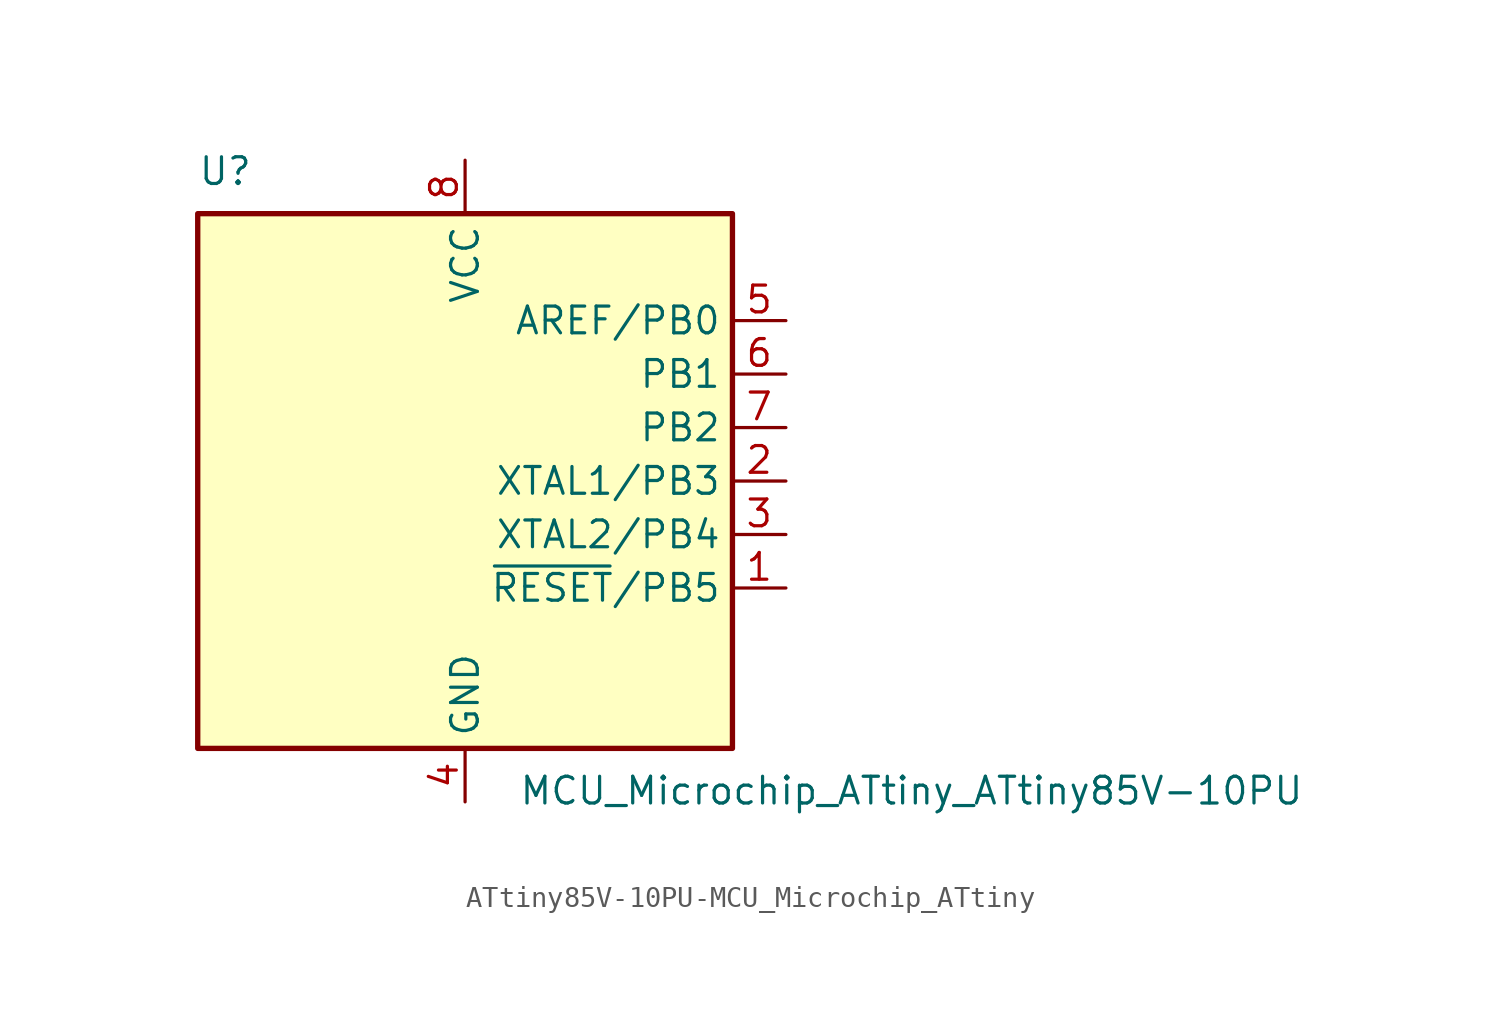
<source format=kicad_sym>
(kicad_symbol_lib
  (version 20220914)
  (generator kicad_symbol_editor)
  (symbol "ATtiny85V-10PU-MCU_Microchip_ATtiny"
    (property "Reference" "U"
      (at -12.7 13.97 0)
      (effects (font (size 1.27 1.27)) (justify left bottom)))
    (property "Value" "MCU_Microchip_ATtiny_ATtiny85V-10PU"
      (at 2.54 -13.97 0)
      (effects (font (size 1.27 1.27)) (justify left top)))
    (symbol "ATtiny85V-10PU-MCU_Microchip_ATtiny_0_1"
      (rectangle (start -12.7 -12.7) (end 12.7 12.7) (stroke (width 0.254) (type solid)) (fill (type background))))
    (symbol "ATtiny85V-10PU-MCU_Microchip_ATtiny_1_1"
      (pin bidirectional line (at 15.24 -5.08 180) (length 2.54) (name "~{RESET}/PB5" (effects (font (size 1.27 1.27)))) (number "1" (effects (font (size 1.27 1.27)))))
      (pin bidirectional line (at 15.24 0 180) (length 2.54) (name "XTAL1/PB3" (effects (font (size 1.27 1.27)))) (number "2" (effects (font (size 1.27 1.27)))))
      (pin bidirectional line (at 15.24 -2.54 180) (length 2.54) (name "XTAL2/PB4" (effects (font (size 1.27 1.27)))) (number "3" (effects (font (size 1.27 1.27)))))
      (pin power_in line (at 0 -15.24 90) (length 2.54) (name "GND" (effects (font (size 1.27 1.27)))) (number "4" (effects (font (size 1.27 1.27)))))
      (pin bidirectional line (at 15.24 7.62 180) (length 2.54) (name "AREF/PB0" (effects (font (size 1.27 1.27)))) (number "5" (effects (font (size 1.27 1.27)))))
      (pin bidirectional line (at 15.24 5.08 180) (length 2.54) (name "PB1" (effects (font (size 1.27 1.27)))) (number "6" (effects (font (size 1.27 1.27)))))
      (pin bidirectional line (at 15.24 2.54 180) (length 2.54) (name "PB2" (effects (font (size 1.27 1.27)))) (number "7" (effects (font (size 1.27 1.27)))))
      (pin power_in line (at 0 15.24 270) (length 2.54) (name "VCC" (effects (font (size 1.27 1.27)))) (number "8" (effects (font (size 1.27 1.27))))))))
</source>
